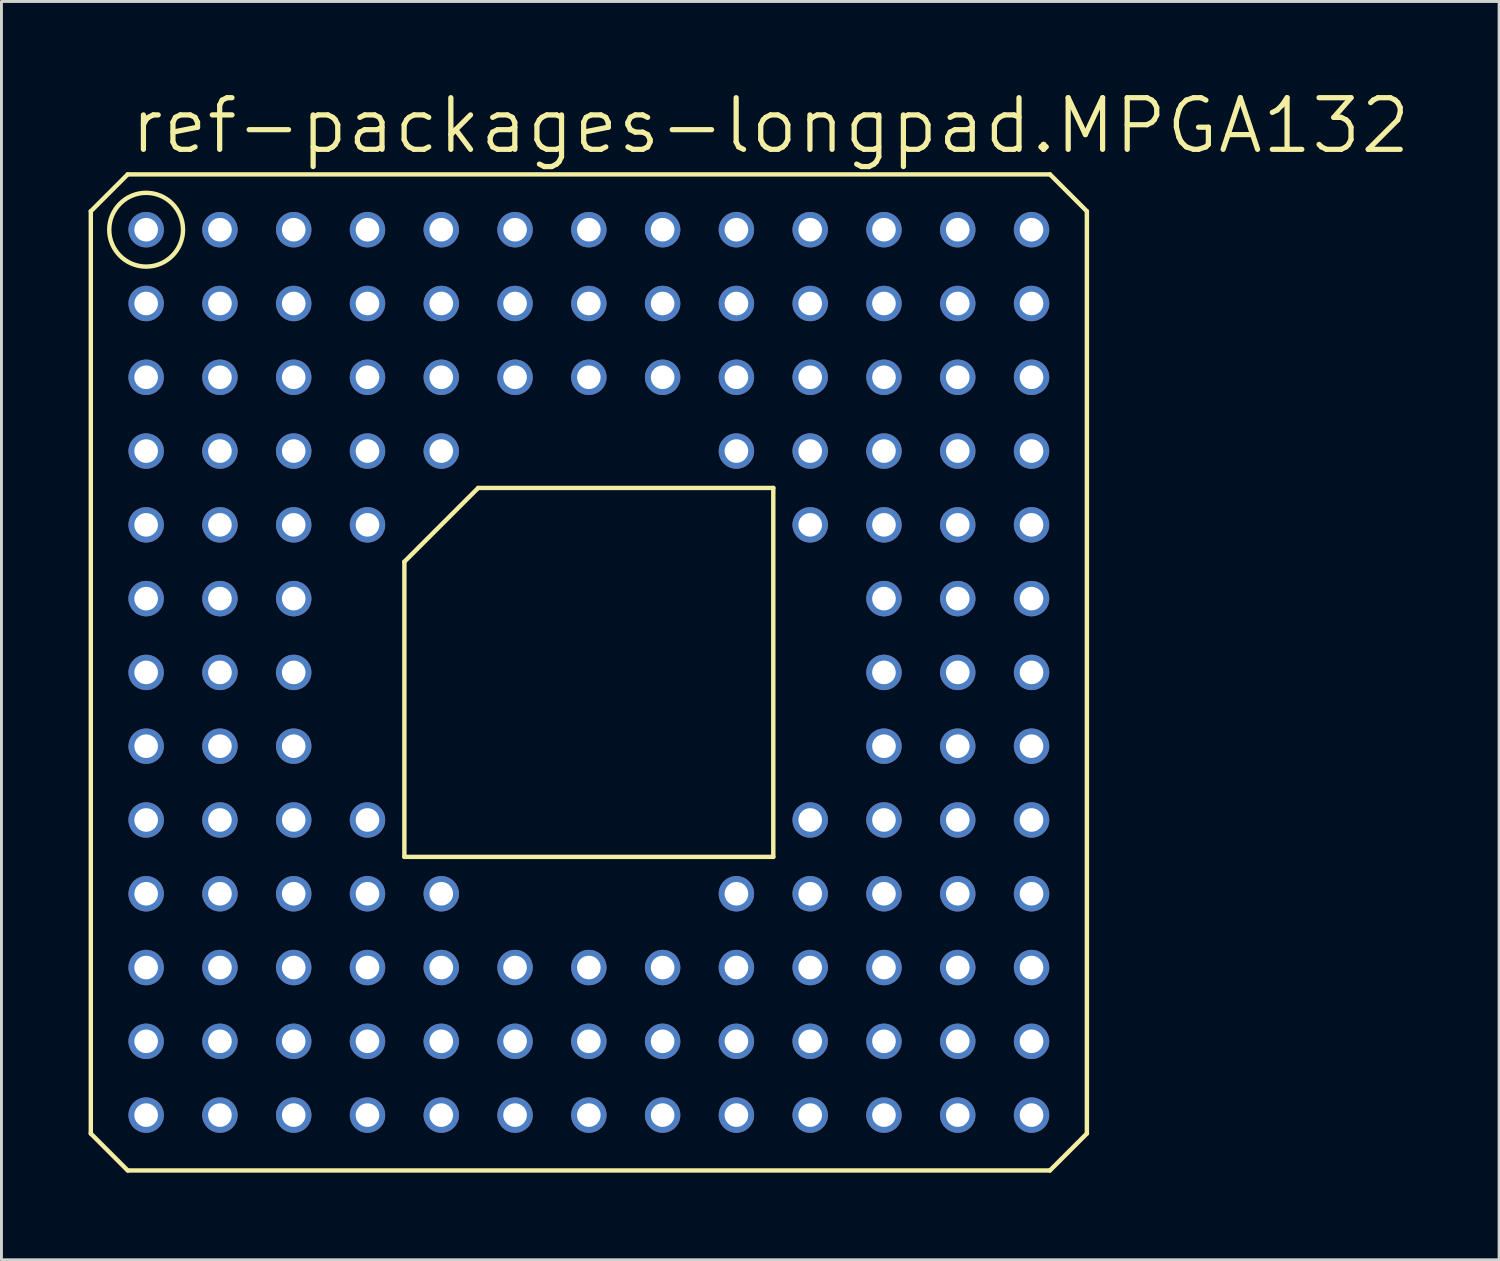
<source format=kicad_pcb>
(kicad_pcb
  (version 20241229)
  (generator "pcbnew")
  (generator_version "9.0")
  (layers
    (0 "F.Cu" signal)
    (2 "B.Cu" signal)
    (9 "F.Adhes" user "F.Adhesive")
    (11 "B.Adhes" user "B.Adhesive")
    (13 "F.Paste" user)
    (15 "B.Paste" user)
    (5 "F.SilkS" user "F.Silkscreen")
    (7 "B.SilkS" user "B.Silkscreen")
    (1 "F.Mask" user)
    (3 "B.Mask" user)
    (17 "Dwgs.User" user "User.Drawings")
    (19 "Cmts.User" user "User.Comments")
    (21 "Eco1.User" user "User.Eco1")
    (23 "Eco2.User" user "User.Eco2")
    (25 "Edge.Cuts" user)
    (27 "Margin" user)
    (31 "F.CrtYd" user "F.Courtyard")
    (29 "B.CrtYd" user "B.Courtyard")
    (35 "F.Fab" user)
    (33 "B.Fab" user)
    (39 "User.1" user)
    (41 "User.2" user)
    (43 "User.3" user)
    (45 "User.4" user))
  (footprint "ref-packages-longpad.MPGA132"
    (layer "F.Cu")
    (at 17.221 20.098)
    (property "Reference" "ref-packages-longpad.MPGA132" (at -15.875 -17.78 0) (layer "F.SilkS") (effects (font (size 1.778 1.778) (thickness 0.18)) (justify left bottom)))
    (attr through_hole)
    (fp_line (start -17.145 -15.875) (end -15.875 -17.145) (stroke (width 0.152) (type default)) (layer "F.SilkS"))
    (fp_line (start -17.145 15.875) (end -17.145 -15.875) (stroke (width 0.152) (type default)) (layer "F.SilkS"))
    (fp_line (start -15.875 -17.145) (end 15.875 -17.145) (stroke (width 0.152) (type default)) (layer "F.SilkS"))
    (fp_line (start -15.875 17.145) (end -17.145 15.875) (stroke (width 0.152) (type default)) (layer "F.SilkS"))
    (fp_line (start -6.35 -3.81) (end -3.81 -6.35) (stroke (width 0.152) (type default)) (layer "F.SilkS"))
    (fp_line (start -6.35 6.35) (end -6.35 -3.81) (stroke (width 0.152) (type default)) (layer "F.SilkS"))
    (fp_line (start -3.81 -6.35) (end 6.35 -6.35) (stroke (width 0.152) (type default)) (layer "F.SilkS"))
    (fp_line (start 6.35 -6.35) (end 6.35 6.35) (stroke (width 0.152) (type default)) (layer "F.SilkS"))
    (fp_line (start 6.35 6.35) (end -6.35 6.35) (stroke (width 0.152) (type default)) (layer "F.SilkS"))
    (fp_line (start 15.875 -17.145) (end 17.145 -15.875) (stroke (width 0.152) (type default)) (layer "F.SilkS"))
    (fp_line (start 15.875 17.145) (end -15.875 17.145) (stroke (width 0.152) (type default)) (layer "F.SilkS"))
    (fp_line (start 17.145 -15.875) (end 17.145 15.875) (stroke (width 0.152) (type default)) (layer "F.SilkS"))
    (fp_line (start 17.145 15.875) (end 15.875 17.145) (stroke (width 0.152) (type default)) (layer "F.SilkS"))
    (fp_circle (center -15.24 -15.24) (end -13.97 -15.24) (stroke (width 0.152) (type default)) (fill no) (layer "F.SilkS"))
    (pad "A01" thru_hole circle (at -15.24 -15.24) (size 1.219 1.219) (drill 0.813) (layers "*.Cu" "*.Mask"))
    (pad "A02" thru_hole circle (at -12.7 -15.24) (size 1.219 1.219) (drill 0.813) (layers "*.Cu" "*.Mask"))
    (pad "A03" thru_hole circle (at -10.16 -15.24) (size 1.219 1.219) (drill 0.813) (layers "*.Cu" "*.Mask"))
    (pad "A04" thru_hole circle (at -7.62 -15.24) (size 1.219 1.219) (drill 0.813) (layers "*.Cu" "*.Mask"))
    (pad "A05" thru_hole circle (at -5.08 -15.24) (size 1.219 1.219) (drill 0.813) (layers "*.Cu" "*.Mask"))
    (pad "A06" thru_hole circle (at -2.54 -15.24) (size 1.219 1.219) (drill 0.813) (layers "*.Cu" "*.Mask"))
    (pad "A07" thru_hole circle (at 0 -15.24) (size 1.219 1.219) (drill 0.813) (layers "*.Cu" "*.Mask"))
    (pad "A08" thru_hole circle (at 2.54 -15.24) (size 1.219 1.219) (drill 0.813) (layers "*.Cu" "*.Mask"))
    (pad "A09" thru_hole circle (at 5.08 -15.24) (size 1.219 1.219) (drill 0.813) (layers "*.Cu" "*.Mask"))
    (pad "A10" thru_hole circle (at 7.62 -15.24) (size 1.219 1.219) (drill 0.813) (layers "*.Cu" "*.Mask"))
    (pad "A11" thru_hole circle (at 10.16 -15.24) (size 1.219 1.219) (drill 0.813) (layers "*.Cu" "*.Mask"))
    (pad "A12" thru_hole circle (at 12.7 -15.24) (size 1.219 1.219) (drill 0.813) (layers "*.Cu" "*.Mask"))
    (pad "A13" thru_hole circle (at 15.24 -15.24) (size 1.219 1.219) (drill 0.813) (layers "*.Cu" "*.Mask"))
    (pad "B01" thru_hole circle (at -15.24 -12.7) (size 1.219 1.219) (drill 0.813) (layers "*.Cu" "*.Mask"))
    (pad "B02" thru_hole circle (at -12.7 -12.7) (size 1.219 1.219) (drill 0.813) (layers "*.Cu" "*.Mask"))
    (pad "B03" thru_hole circle (at -10.16 -12.7) (size 1.219 1.219) (drill 0.813) (layers "*.Cu" "*.Mask"))
    (pad "B04" thru_hole circle (at -7.62 -12.7) (size 1.219 1.219) (drill 0.813) (layers "*.Cu" "*.Mask"))
    (pad "B05" thru_hole circle (at -5.08 -12.7) (size 1.219 1.219) (drill 0.813) (layers "*.Cu" "*.Mask"))
    (pad "B06" thru_hole circle (at -2.54 -12.7) (size 1.219 1.219) (drill 0.813) (layers "*.Cu" "*.Mask"))
    (pad "B07" thru_hole circle (at 0 -12.7) (size 1.219 1.219) (drill 0.813) (layers "*.Cu" "*.Mask"))
    (pad "B08" thru_hole circle (at 2.54 -12.7) (size 1.219 1.219) (drill 0.813) (layers "*.Cu" "*.Mask"))
    (pad "B09" thru_hole circle (at 5.08 -12.7) (size 1.219 1.219) (drill 0.813) (layers "*.Cu" "*.Mask"))
    (pad "B10" thru_hole circle (at 7.62 -12.7) (size 1.219 1.219) (drill 0.813) (layers "*.Cu" "*.Mask"))
    (pad "B11" thru_hole circle (at 10.16 -12.7) (size 1.219 1.219) (drill 0.813) (layers "*.Cu" "*.Mask"))
    (pad "B12" thru_hole circle (at 12.7 -12.7) (size 1.219 1.219) (drill 0.813) (layers "*.Cu" "*.Mask"))
    (pad "B13" thru_hole circle (at 15.24 -12.7) (size 1.219 1.219) (drill 0.813) (layers "*.Cu" "*.Mask"))
    (pad "C01" thru_hole circle (at -15.24 -10.16) (size 1.219 1.219) (drill 0.813) (layers "*.Cu" "*.Mask"))
    (pad "C02" thru_hole circle (at -12.7 -10.16) (size 1.219 1.219) (drill 0.813) (layers "*.Cu" "*.Mask"))
    (pad "C03" thru_hole circle (at -10.16 -10.16) (size 1.219 1.219) (drill 0.813) (layers "*.Cu" "*.Mask"))
    (pad "C04" thru_hole circle (at -7.62 -10.16) (size 1.219 1.219) (drill 0.813) (layers "*.Cu" "*.Mask"))
    (pad "C05" thru_hole circle (at -5.08 -10.16) (size 1.219 1.219) (drill 0.813) (layers "*.Cu" "*.Mask"))
    (pad "C06" thru_hole circle (at -2.54 -10.16) (size 1.219 1.219) (drill 0.813) (layers "*.Cu" "*.Mask"))
    (pad "C07" thru_hole circle (at 0 -10.16) (size 1.219 1.219) (drill 0.813) (layers "*.Cu" "*.Mask"))
    (pad "C08" thru_hole circle (at 2.54 -10.16) (size 1.219 1.219) (drill 0.813) (layers "*.Cu" "*.Mask"))
    (pad "C09" thru_hole circle (at 5.08 -10.16) (size 1.219 1.219) (drill 0.813) (layers "*.Cu" "*.Mask"))
    (pad "C10" thru_hole circle (at 7.62 -10.16) (size 1.219 1.219) (drill 0.813) (layers "*.Cu" "*.Mask"))
    (pad "C11" thru_hole circle (at 10.16 -10.16) (size 1.219 1.219) (drill 0.813) (layers "*.Cu" "*.Mask"))
    (pad "C12" thru_hole circle (at 12.7 -10.16) (size 1.219 1.219) (drill 0.813) (layers "*.Cu" "*.Mask"))
    (pad "C13" thru_hole circle (at 15.24 -10.16) (size 1.219 1.219) (drill 0.813) (layers "*.Cu" "*.Mask"))
    (pad "D01" thru_hole circle (at -15.24 -7.62) (size 1.219 1.219) (drill 0.813) (layers "*.Cu" "*.Mask"))
    (pad "D02" thru_hole circle (at -12.7 -7.62) (size 1.219 1.219) (drill 0.813) (layers "*.Cu" "*.Mask"))
    (pad "D03" thru_hole circle (at -10.16 -7.62) (size 1.219 1.219) (drill 0.813) (layers "*.Cu" "*.Mask"))
    (pad "D04" thru_hole circle (at -7.62 -7.62) (size 1.219 1.219) (drill 0.813) (layers "*.Cu" "*.Mask"))
    (pad "D05" thru_hole circle (at -5.08 -7.62) (size 1.219 1.219) (drill 0.813) (layers "*.Cu" "*.Mask"))
    (pad "D09" thru_hole circle (at 5.08 -7.62) (size 1.219 1.219) (drill 0.813) (layers "*.Cu" "*.Mask"))
    (pad "D10" thru_hole circle (at 7.62 -7.62) (size 1.219 1.219) (drill 0.813) (layers "*.Cu" "*.Mask"))
    (pad "D11" thru_hole circle (at 10.16 -7.62) (size 1.219 1.219) (drill 0.813) (layers "*.Cu" "*.Mask"))
    (pad "D12" thru_hole circle (at 12.7 -7.62) (size 1.219 1.219) (drill 0.813) (layers "*.Cu" "*.Mask"))
    (pad "D13" thru_hole circle (at 15.24 -7.62) (size 1.219 1.219) (drill 0.813) (layers "*.Cu" "*.Mask"))
    (pad "E01" thru_hole circle (at -15.24 -5.08) (size 1.219 1.219) (drill 0.813) (layers "*.Cu" "*.Mask"))
    (pad "E02" thru_hole circle (at -12.7 -5.08) (size 1.219 1.219) (drill 0.813) (layers "*.Cu" "*.Mask"))
    (pad "E03" thru_hole circle (at -10.16 -5.08) (size 1.219 1.219) (drill 0.813) (layers "*.Cu" "*.Mask"))
    (pad "E04" thru_hole circle (at -7.62 -5.08) (size 1.219 1.219) (drill 0.813) (layers "*.Cu" "*.Mask"))
    (pad "E10" thru_hole circle (at 7.62 -5.08) (size 1.219 1.219) (drill 0.813) (layers "*.Cu" "*.Mask"))
    (pad "E11" thru_hole circle (at 10.16 -5.08) (size 1.219 1.219) (drill 0.813) (layers "*.Cu" "*.Mask"))
    (pad "E12" thru_hole circle (at 12.7 -5.08) (size 1.219 1.219) (drill 0.813) (layers "*.Cu" "*.Mask"))
    (pad "E13" thru_hole circle (at 15.24 -5.08) (size 1.219 1.219) (drill 0.813) (layers "*.Cu" "*.Mask"))
    (pad "F01" thru_hole circle (at -15.24 -2.54) (size 1.219 1.219) (drill 0.813) (layers "*.Cu" "*.Mask"))
    (pad "F02" thru_hole circle (at -12.7 -2.54) (size 1.219 1.219) (drill 0.813) (layers "*.Cu" "*.Mask"))
    (pad "F03" thru_hole circle (at -10.16 -2.54) (size 1.219 1.219) (drill 0.813) (layers "*.Cu" "*.Mask"))
    (pad "F11" thru_hole circle (at 10.16 -2.54) (size 1.219 1.219) (drill 0.813) (layers "*.Cu" "*.Mask"))
    (pad "F12" thru_hole circle (at 12.7 -2.54) (size 1.219 1.219) (drill 0.813) (layers "*.Cu" "*.Mask"))
    (pad "F13" thru_hole circle (at 15.24 -2.54) (size 1.219 1.219) (drill 0.813) (layers "*.Cu" "*.Mask"))
    (pad "G01" thru_hole circle (at -15.24 0) (size 1.219 1.219) (drill 0.813) (layers "*.Cu" "*.Mask"))
    (pad "G02" thru_hole circle (at -12.7 0) (size 1.219 1.219) (drill 0.813) (layers "*.Cu" "*.Mask"))
    (pad "G03" thru_hole circle (at -10.16 0) (size 1.219 1.219) (drill 0.813) (layers "*.Cu" "*.Mask"))
    (pad "G11" thru_hole circle (at 10.16 0) (size 1.219 1.219) (drill 0.813) (layers "*.Cu" "*.Mask"))
    (pad "G12" thru_hole circle (at 12.7 0) (size 1.219 1.219) (drill 0.813) (layers "*.Cu" "*.Mask"))
    (pad "G13" thru_hole circle (at 15.24 0) (size 1.219 1.219) (drill 0.813) (layers "*.Cu" "*.Mask"))
    (pad "H01" thru_hole circle (at -15.24 2.54) (size 1.219 1.219) (drill 0.813) (layers "*.Cu" "*.Mask"))
    (pad "H02" thru_hole circle (at -12.7 2.54) (size 1.219 1.219) (drill 0.813) (layers "*.Cu" "*.Mask"))
    (pad "H03" thru_hole circle (at -10.16 2.54) (size 1.219 1.219) (drill 0.813) (layers "*.Cu" "*.Mask"))
    (pad "H11" thru_hole circle (at 10.16 2.54) (size 1.219 1.219) (drill 0.813) (layers "*.Cu" "*.Mask"))
    (pad "H12" thru_hole circle (at 12.7 2.54) (size 1.219 1.219) (drill 0.813) (layers "*.Cu" "*.Mask"))
    (pad "H13" thru_hole circle (at 15.24 2.54) (size 1.219 1.219) (drill 0.813) (layers "*.Cu" "*.Mask"))
    (pad "J01" thru_hole circle (at -15.24 5.08) (size 1.219 1.219) (drill 0.813) (layers "*.Cu" "*.Mask"))
    (pad "J02" thru_hole circle (at -12.7 5.08) (size 1.219 1.219) (drill 0.813) (layers "*.Cu" "*.Mask"))
    (pad "J03" thru_hole circle (at -10.16 5.08) (size 1.219 1.219) (drill 0.813) (layers "*.Cu" "*.Mask"))
    (pad "J04" thru_hole circle (at -7.62 5.08) (size 1.219 1.219) (drill 0.813) (layers "*.Cu" "*.Mask"))
    (pad "J10" thru_hole circle (at 7.62 5.08) (size 1.219 1.219) (drill 0.813) (layers "*.Cu" "*.Mask"))
    (pad "J11" thru_hole circle (at 10.16 5.08) (size 1.219 1.219) (drill 0.813) (layers "*.Cu" "*.Mask"))
    (pad "J12" thru_hole circle (at 12.7 5.08) (size 1.219 1.219) (drill 0.813) (layers "*.Cu" "*.Mask"))
    (pad "J13" thru_hole circle (at 15.24 5.08) (size 1.219 1.219) (drill 0.813) (layers "*.Cu" "*.Mask"))
    (pad "K01" thru_hole circle (at -15.24 7.62) (size 1.219 1.219) (drill 0.813) (layers "*.Cu" "*.Mask"))
    (pad "K02" thru_hole circle (at -12.7 7.62) (size 1.219 1.219) (drill 0.813) (layers "*.Cu" "*.Mask"))
    (pad "K03" thru_hole circle (at -10.16 7.62) (size 1.219 1.219) (drill 0.813) (layers "*.Cu" "*.Mask"))
    (pad "K04" thru_hole circle (at -7.62 7.62) (size 1.219 1.219) (drill 0.813) (layers "*.Cu" "*.Mask"))
    (pad "K05" thru_hole circle (at -5.08 7.62) (size 1.219 1.219) (drill 0.813) (layers "*.Cu" "*.Mask"))
    (pad "K09" thru_hole circle (at 5.08 7.62) (size 1.219 1.219) (drill 0.813) (layers "*.Cu" "*.Mask"))
    (pad "K10" thru_hole circle (at 7.62 7.62) (size 1.219 1.219) (drill 0.813) (layers "*.Cu" "*.Mask"))
    (pad "K11" thru_hole circle (at 10.16 7.62) (size 1.219 1.219) (drill 0.813) (layers "*.Cu" "*.Mask"))
    (pad "K12" thru_hole circle (at 12.7 7.62) (size 1.219 1.219) (drill 0.813) (layers "*.Cu" "*.Mask"))
    (pad "K13" thru_hole circle (at 15.24 7.62) (size 1.219 1.219) (drill 0.813) (layers "*.Cu" "*.Mask"))
    (pad "L01" thru_hole circle (at -15.24 10.16) (size 1.219 1.219) (drill 0.813) (layers "*.Cu" "*.Mask"))
    (pad "L02" thru_hole circle (at -12.7 10.16) (size 1.219 1.219) (drill 0.813) (layers "*.Cu" "*.Mask"))
    (pad "L03" thru_hole circle (at -10.16 10.16) (size 1.219 1.219) (drill 0.813) (layers "*.Cu" "*.Mask"))
    (pad "L04" thru_hole circle (at -7.62 10.16) (size 1.219 1.219) (drill 0.813) (layers "*.Cu" "*.Mask"))
    (pad "L05" thru_hole circle (at -5.08 10.16) (size 1.219 1.219) (drill 0.813) (layers "*.Cu" "*.Mask"))
    (pad "L06" thru_hole circle (at -2.54 10.16) (size 1.219 1.219) (drill 0.813) (layers "*.Cu" "*.Mask"))
    (pad "L07" thru_hole circle (at 0 10.16) (size 1.219 1.219) (drill 0.813) (layers "*.Cu" "*.Mask"))
    (pad "L08" thru_hole circle (at 2.54 10.16) (size 1.219 1.219) (drill 0.813) (layers "*.Cu" "*.Mask"))
    (pad "L09" thru_hole circle (at 5.08 10.16) (size 1.219 1.219) (drill 0.813) (layers "*.Cu" "*.Mask"))
    (pad "L10" thru_hole circle (at 7.62 10.16) (size 1.219 1.219) (drill 0.813) (layers "*.Cu" "*.Mask"))
    (pad "L11" thru_hole circle (at 10.16 10.16) (size 1.219 1.219) (drill 0.813) (layers "*.Cu" "*.Mask"))
    (pad "L12" thru_hole circle (at 12.7 10.16) (size 1.219 1.219) (drill 0.813) (layers "*.Cu" "*.Mask"))
    (pad "L13" thru_hole circle (at 15.24 10.16) (size 1.219 1.219) (drill 0.813) (layers "*.Cu" "*.Mask"))
    (pad "M01" thru_hole circle (at -15.24 12.7) (size 1.219 1.219) (drill 0.813) (layers "*.Cu" "*.Mask"))
    (pad "M02" thru_hole circle (at -12.7 12.7) (size 1.219 1.219) (drill 0.813) (layers "*.Cu" "*.Mask"))
    (pad "M03" thru_hole circle (at -10.16 12.7) (size 1.219 1.219) (drill 0.813) (layers "*.Cu" "*.Mask"))
    (pad "M04" thru_hole circle (at -7.62 12.7) (size 1.219 1.219) (drill 0.813) (layers "*.Cu" "*.Mask"))
    (pad "M05" thru_hole circle (at -5.08 12.7) (size 1.219 1.219) (drill 0.813) (layers "*.Cu" "*.Mask"))
    (pad "M06" thru_hole circle (at -2.54 12.7) (size 1.219 1.219) (drill 0.813) (layers "*.Cu" "*.Mask"))
    (pad "M07" thru_hole circle (at 0 12.7) (size 1.219 1.219) (drill 0.813) (layers "*.Cu" "*.Mask"))
    (pad "M08" thru_hole circle (at 2.54 12.7) (size 1.219 1.219) (drill 0.813) (layers "*.Cu" "*.Mask"))
    (pad "M09" thru_hole circle (at 5.08 12.7) (size 1.219 1.219) (drill 0.813) (layers "*.Cu" "*.Mask"))
    (pad "M10" thru_hole circle (at 7.62 12.7) (size 1.219 1.219) (drill 0.813) (layers "*.Cu" "*.Mask"))
    (pad "M11" thru_hole circle (at 10.16 12.7) (size 1.219 1.219) (drill 0.813) (layers "*.Cu" "*.Mask"))
    (pad "M12" thru_hole circle (at 12.7 12.7) (size 1.219 1.219) (drill 0.813) (layers "*.Cu" "*.Mask"))
    (pad "M13" thru_hole circle (at 15.24 12.7) (size 1.219 1.219) (drill 0.813) (layers "*.Cu" "*.Mask"))
    (pad "N01" thru_hole circle (at -15.24 15.24) (size 1.219 1.219) (drill 0.813) (layers "*.Cu" "*.Mask"))
    (pad "N02" thru_hole circle (at -12.7 15.24) (size 1.219 1.219) (drill 0.813) (layers "*.Cu" "*.Mask"))
    (pad "N03" thru_hole circle (at -10.16 15.24) (size 1.219 1.219) (drill 0.813) (layers "*.Cu" "*.Mask"))
    (pad "N04" thru_hole circle (at -7.62 15.24) (size 1.219 1.219) (drill 0.813) (layers "*.Cu" "*.Mask"))
    (pad "N05" thru_hole circle (at -5.08 15.24) (size 1.219 1.219) (drill 0.813) (layers "*.Cu" "*.Mask"))
    (pad "N06" thru_hole circle (at -2.54 15.24) (size 1.219 1.219) (drill 0.813) (layers "*.Cu" "*.Mask"))
    (pad "N07" thru_hole circle (at 0 15.24) (size 1.219 1.219) (drill 0.813) (layers "*.Cu" "*.Mask"))
    (pad "N08" thru_hole circle (at 2.54 15.24) (size 1.219 1.219) (drill 0.813) (layers "*.Cu" "*.Mask"))
    (pad "N09" thru_hole circle (at 5.08 15.24) (size 1.219 1.219) (drill 0.813) (layers "*.Cu" "*.Mask"))
    (pad "N10" thru_hole circle (at 7.62 15.24) (size 1.219 1.219) (drill 0.813) (layers "*.Cu" "*.Mask"))
    (pad "N11" thru_hole circle (at 10.16 15.24) (size 1.219 1.219) (drill 0.813) (layers "*.Cu" "*.Mask"))
    (pad "N12" thru_hole circle (at 12.7 15.24) (size 1.219 1.219) (drill 0.813) (layers "*.Cu" "*.Mask"))
    (pad "N13" thru_hole circle (at 15.24 15.24) (size 1.219 1.219) (drill 0.813) (layers "*.Cu" "*.Mask")))
  (gr_rect
    (start -3 -3)
    (end 48.557 40.319)
    (stroke (width 0.1) (type default))
    (fill no)
    (layer "Edge.Cuts")))
</source>
